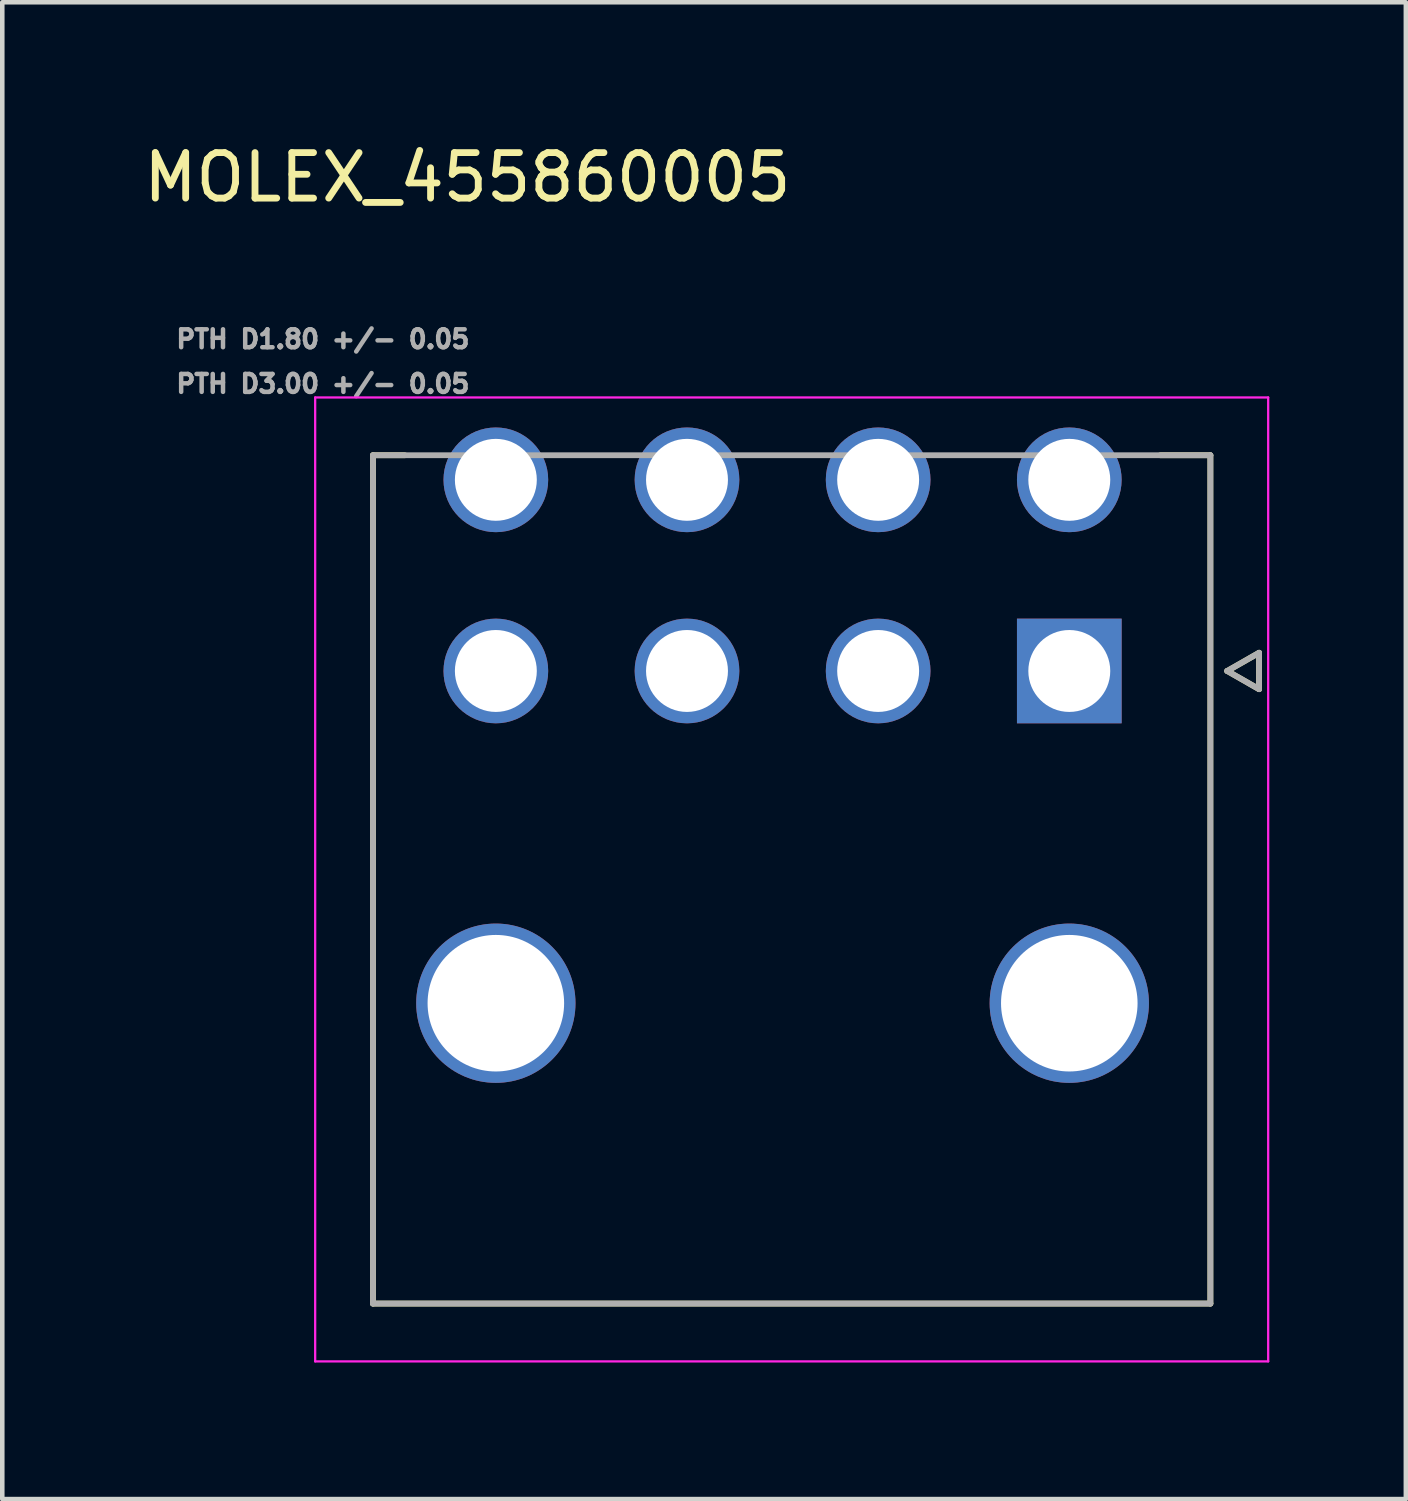
<source format=kicad_pcb>
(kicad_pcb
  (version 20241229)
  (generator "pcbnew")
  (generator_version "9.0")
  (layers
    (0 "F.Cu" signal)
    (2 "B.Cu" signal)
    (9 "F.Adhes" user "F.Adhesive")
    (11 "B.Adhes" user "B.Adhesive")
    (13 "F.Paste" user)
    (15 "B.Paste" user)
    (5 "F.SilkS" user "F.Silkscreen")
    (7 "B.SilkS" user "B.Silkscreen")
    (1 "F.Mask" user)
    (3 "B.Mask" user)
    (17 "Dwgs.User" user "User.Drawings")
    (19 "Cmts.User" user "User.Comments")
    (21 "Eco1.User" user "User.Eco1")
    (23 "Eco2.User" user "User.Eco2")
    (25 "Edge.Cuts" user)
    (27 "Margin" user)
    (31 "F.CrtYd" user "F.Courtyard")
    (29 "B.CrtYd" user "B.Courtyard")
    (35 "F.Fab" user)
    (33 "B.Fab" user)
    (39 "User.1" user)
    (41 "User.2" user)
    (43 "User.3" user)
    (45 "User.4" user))
  (footprint "MOLEX_455860005"
    (layer "F.Cu")
    (at 20.445 11.693)
    (property "Reference" "MOLEX_455860005" (at -13.225 -10.845 0) (layer "F.SilkS") (effects (font (size 1 1) (thickness 0.15))))
    (attr through_hole)
    (fp_circle (center -12.6 -4.2) (end -11.987 -4.2) (stroke (width 1.226) (type solid)) (fill no) (layer "F.Mask"))
    (fp_circle (center -12.6 0) (end -11.987 0) (stroke (width 1.226) (type solid)) (fill no) (layer "F.Mask"))
    (fp_circle (center -12.6 7.3) (end -11.687 7.3) (stroke (width 1.826) (type solid)) (fill no) (layer "F.Mask"))
    (fp_circle (center -8.4 -4.2) (end -7.787 -4.2) (stroke (width 1.226) (type solid)) (fill no) (layer "F.Mask"))
    (fp_circle (center -8.4 0) (end -7.787 0) (stroke (width 1.226) (type solid)) (fill no) (layer "F.Mask"))
    (fp_circle (center -4.2 -4.2) (end -3.587 -4.2) (stroke (width 1.226) (type solid)) (fill no) (layer "F.Mask"))
    (fp_circle (center -4.2 0) (end -3.587 0) (stroke (width 1.226) (type solid)) (fill no) (layer "F.Mask"))
    (fp_circle (center 0 -4.2) (end 0.613 -4.2) (stroke (width 1.226) (type solid)) (fill no) (layer "F.Mask"))
    (fp_circle (center 0 7.3) (end 0.913 7.3) (stroke (width 1.826) (type solid)) (fill no) (layer "F.Mask"))
    (fp_poly (pts (xy -1.226 -1.226) (xy 1.226 -1.226) (xy 1.226 1.226) (xy -1.226 1.226)) (stroke (width 0.01) (type solid)) (fill yes) (layer "F.Mask"))
    (fp_circle (center -12.6 -4.2) (end -11.987 -4.2) (stroke (width 1.226) (type solid)) (fill no) (layer "B.Mask"))
    (fp_circle (center -12.6 0) (end -11.987 0) (stroke (width 1.226) (type solid)) (fill no) (layer "B.Mask"))
    (fp_circle (center -12.6 7.3) (end -11.687 7.3) (stroke (width 1.826) (type solid)) (fill no) (layer "B.Mask"))
    (fp_circle (center -8.4 -4.2) (end -7.787 -4.2) (stroke (width 1.226) (type solid)) (fill no) (layer "B.Mask"))
    (fp_circle (center -8.4 0) (end -7.787 0) (stroke (width 1.226) (type solid)) (fill no) (layer "B.Mask"))
    (fp_circle (center -4.2 -4.2) (end -3.587 -4.2) (stroke (width 1.226) (type solid)) (fill no) (layer "B.Mask"))
    (fp_circle (center -4.2 0) (end -3.587 0) (stroke (width 1.226) (type solid)) (fill no) (layer "B.Mask"))
    (fp_circle (center 0 -4.2) (end 0.613 -4.2) (stroke (width 1.226) (type solid)) (fill no) (layer "B.Mask"))
    (fp_circle (center 0 7.3) (end 0.913 7.3) (stroke (width 1.826) (type solid)) (fill no) (layer "B.Mask"))
    (fp_poly (pts (xy -1.226 -1.226) (xy 1.226 -1.226) (xy 1.226 1.226) (xy -1.226 1.226)) (stroke (width 0.01) (type solid)) (fill yes) (layer "B.Mask"))
    (fp_line (start -15.3 -4.74) (end -15.3 13.9) (stroke (width 0.127) (type solid)) (layer "F.SilkS"))
    (fp_line (start -15.3 13.9) (end 3.1 13.9) (stroke (width 0.127) (type solid)) (layer "F.SilkS"))
    (fp_line (start -14.6 -4.74) (end -15.3 -4.74) (stroke (width 0.127) (type solid)) (layer "F.SilkS"))
    (fp_line (start 3.1 -4.74) (end 2 -4.74) (stroke (width 0.127) (type solid)) (layer "F.SilkS"))
    (fp_line (start 3.1 13.9) (end 3.1 -4.74) (stroke (width 0.127) (type solid)) (layer "F.SilkS"))
    (fp_line (start 3.47 0) (end 4.17 0.4) (stroke (width 0.127) (type solid)) (layer "F.SilkS"))
    (fp_line (start 4.17 -0.4) (end 3.47 0) (stroke (width 0.127) (type solid)) (layer "F.SilkS"))
    (fp_line (start 4.17 0.4) (end 4.17 -0.4) (stroke (width 0.127) (type solid)) (layer "F.SilkS"))
    (fp_line (start -16.57 -6.01) (end 4.37 -6.01) (stroke (width 0.05) (type solid)) (layer "F.CrtYd"))
    (fp_line (start -16.57 15.17) (end -16.57 -6.01) (stroke (width 0.05) (type solid)) (layer "F.CrtYd"))
    (fp_line (start 4.37 -6.01) (end 4.37 15.17) (stroke (width 0.05) (type solid)) (layer "F.CrtYd"))
    (fp_line (start 4.37 15.17) (end -16.57 15.17) (stroke (width 0.05) (type solid)) (layer "F.CrtYd"))
    (fp_line (start -15.3 -4.74) (end -15.3 13.9) (stroke (width 0.127) (type solid)) (layer "F.Fab"))
    (fp_line (start -15.3 13.9) (end 3.1 13.9) (stroke (width 0.127) (type solid)) (layer "F.Fab"))
    (fp_line (start 3.1 -4.74) (end -15.3 -4.74) (stroke (width 0.127) (type solid)) (layer "F.Fab"))
    (fp_line (start 3.1 13.9) (end 3.1 -4.74) (stroke (width 0.127) (type solid)) (layer "F.Fab"))
    (fp_line (start 3.47 0) (end 4.17 0.4) (stroke (width 0.127) (type solid)) (layer "F.Fab"))
    (fp_line (start 4.17 -0.4) (end 3.47 0) (stroke (width 0.127) (type solid)) (layer "F.Fab"))
    (fp_line (start 4.17 0.4) (end 4.17 -0.4) (stroke (width 0.127) (type solid)) (layer "F.Fab"))
    (fp_text user "PTH D3.00 +/- 0.05" (at -16.4 -6.31 0) (layer "F.Fab") (effects (font (size 0.394 0.394) (thickness 0.15))))
    (fp_text user "PTH D1.80 +/- 0.05" (at -16.4 -7.291 0) (layer "F.Fab") (effects (font (size 0.394 0.394) (thickness 0.15))))
    (pad "1" thru_hole rect (at 0 0) (size 2.3 2.3) (drill 1.8) (layers "*.Cu"))
    (pad "2" thru_hole circle (at -4.2 0) (size 2.3 2.3) (drill 1.8) (layers "*.Cu"))
    (pad "3" thru_hole circle (at -8.4 0) (size 2.3 2.3) (drill 1.8) (layers "*.Cu"))
    (pad "4" thru_hole circle (at -12.6 0) (size 2.3 2.3) (drill 1.8) (layers "*.Cu"))
    (pad "5" thru_hole circle (at 0 -4.2) (size 2.3 2.3) (drill 1.8) (layers "*.Cu"))
    (pad "6" thru_hole circle (at -4.2 -4.2) (size 2.3 2.3) (drill 1.8) (layers "*.Cu"))
    (pad "7" thru_hole circle (at -8.4 -4.2) (size 2.3 2.3) (drill 1.8) (layers "*.Cu"))
    (pad "8" thru_hole circle (at -12.6 -4.2) (size 2.3 2.3) (drill 1.8) (layers "*.Cu"))
    (pad "S1" thru_hole circle (at 0 7.3) (size 3.5 3.5) (drill 3) (layers "*.Cu"))
    (pad "S2" thru_hole circle (at -12.6 7.3) (size 3.5 3.5) (drill 3) (layers "*.Cu")))
  (gr_rect
    (start -3 -3)
    (end 27.84 29.888)
    (stroke (width 0.1) (type default))
    (fill no)
    (layer "Edge.Cuts")))
</source>
